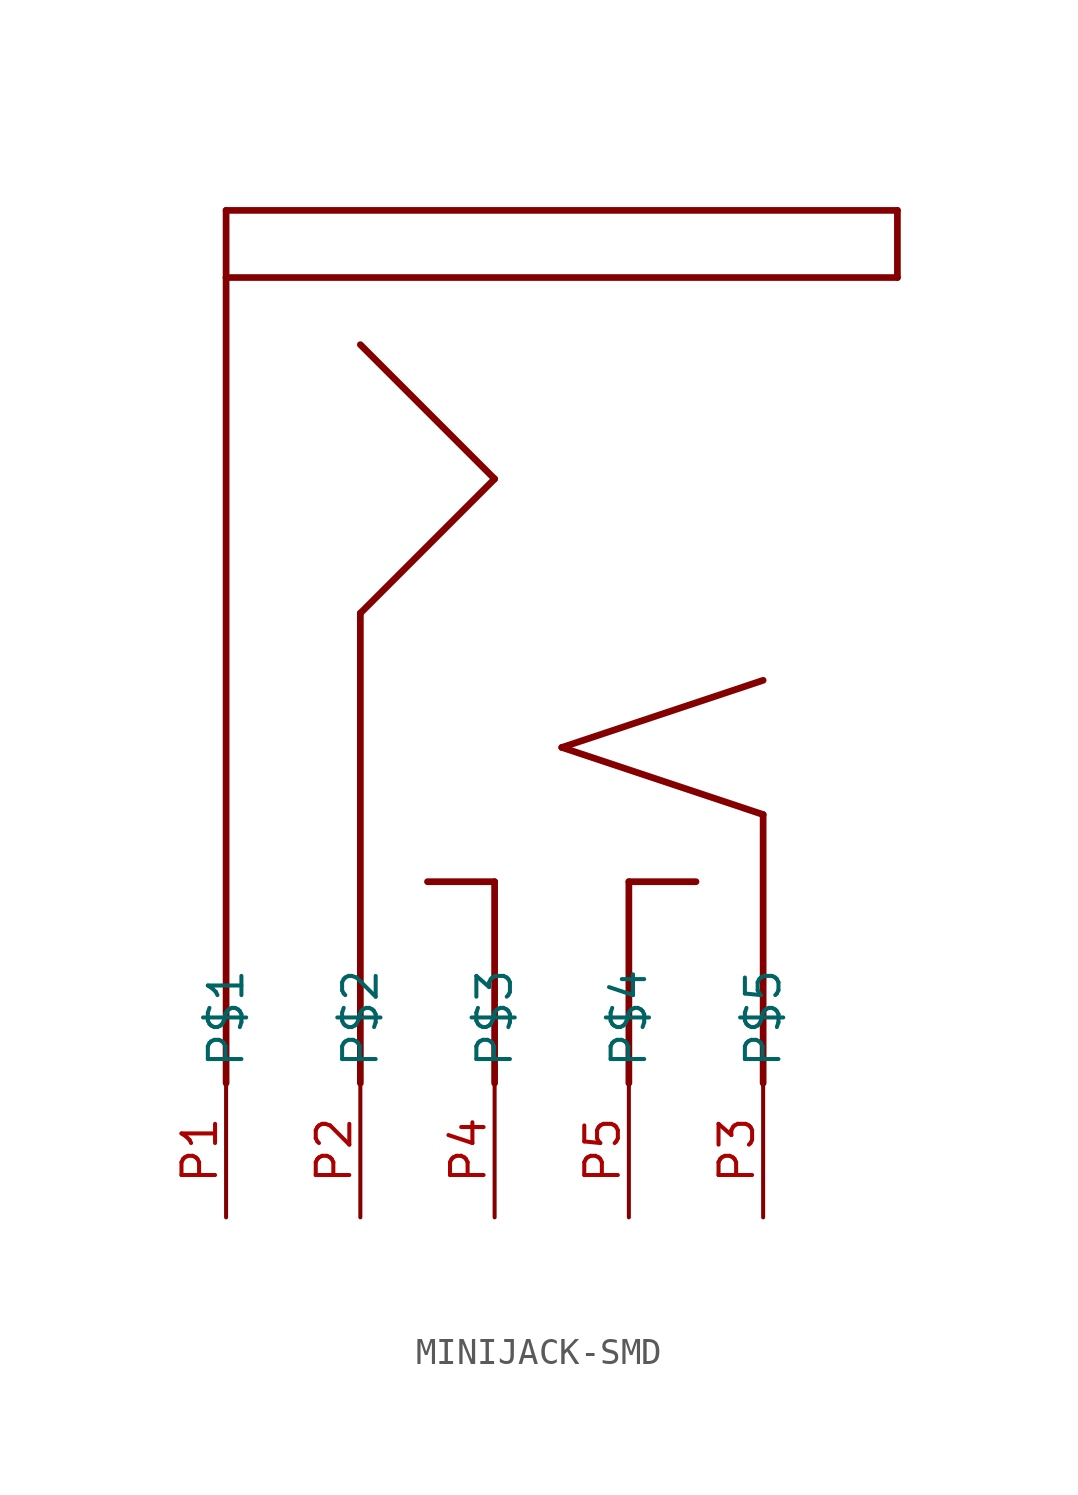
<source format=kicad_sym>
(kicad_symbol_lib
  (version 20231120)
  (generator "kicad_symbol_editor")
  (generator_version "8.0")
  (symbol "MINIJACK-SMD"
    (property "Reference" ""
      (at 0 0 0)
      (effects (font (size 1.27 1.27)) (hide yes)))
    (property "ki_locked" ""
      (at 0 0 0)
      (effects (font (size 1.27 1.27))))
    (symbol "MINIJACK-SMD_1_0"
      (polyline (pts (xy -12.7 -7.62) (xy -12.7 22.86)) (stroke (width 0.254) (type solid)) (fill (type none)))
      (polyline (pts (xy -12.7 22.86) (xy -12.7 25.4)) (stroke (width 0.254) (type solid)) (fill (type none)))
      (polyline (pts (xy -12.7 25.4) (xy 12.7 25.4)) (stroke (width 0.254) (type solid)) (fill (type none)))
      (polyline (pts (xy -7.62 -7.62) (xy -7.62 10.16)) (stroke (width 0.254) (type solid)) (fill (type none)))
      (polyline (pts (xy -7.62 10.16) (xy -2.54 15.24)) (stroke (width 0.254) (type solid)) (fill (type none)))
      (polyline (pts (xy -2.54 -7.62) (xy -2.54 0)) (stroke (width 0.254) (type solid)) (fill (type none)))
      (polyline (pts (xy -2.54 0) (xy -5.08 0)) (stroke (width 0.254) (type solid)) (fill (type none)))
      (polyline (pts (xy -2.54 15.24) (xy -7.62 20.32)) (stroke (width 0.254) (type solid)) (fill (type none)))
      (polyline (pts (xy 0 5.08) (xy 7.62 7.62)) (stroke (width 0.254) (type solid)) (fill (type none)))
      (polyline (pts (xy 2.54 -7.62) (xy 2.54 0)) (stroke (width 0.254) (type solid)) (fill (type none)))
      (polyline (pts (xy 2.54 0) (xy 5.08 0)) (stroke (width 0.254) (type solid)) (fill (type none)))
      (polyline (pts (xy 7.62 -7.62) (xy 7.62 2.54)) (stroke (width 0.254) (type solid)) (fill (type none)))
      (polyline (pts (xy 7.62 2.54) (xy 0 5.08)) (stroke (width 0.254) (type solid)) (fill (type none)))
      (polyline (pts (xy 12.7 22.86) (xy -12.7 22.86)) (stroke (width 0.254) (type solid)) (fill (type none)))
      (polyline (pts (xy 12.7 25.4) (xy 12.7 22.86)) (stroke (width 0.254) (type solid)) (fill (type none)))
      (pin bidirectional line (at -12.7 -12.7 90) (length 5.08) (name "P$1" (effects (font (size 1.27 1.27)))) (number "P1" (effects (font (size 1.27 1.27)))))
      (pin bidirectional line (at -7.62 -12.7 90) (length 5.08) (name "P$2" (effects (font (size 1.27 1.27)))) (number "P2" (effects (font (size 1.27 1.27)))))
      (pin bidirectional line (at 7.62 -12.7 90) (length 5.08) (name "P$5" (effects (font (size 1.27 1.27)))) (number "P3" (effects (font (size 1.27 1.27)))))
      (pin bidirectional line (at -2.54 -12.7 90) (length 5.08) (name "P$3" (effects (font (size 1.27 1.27)))) (number "P4" (effects (font (size 1.27 1.27)))))
      (pin bidirectional line (at 2.54 -12.7 90) (length 5.08) (name "P$4" (effects (font (size 1.27 1.27)))) (number "P5" (effects (font (size 1.27 1.27))))))))
</source>
